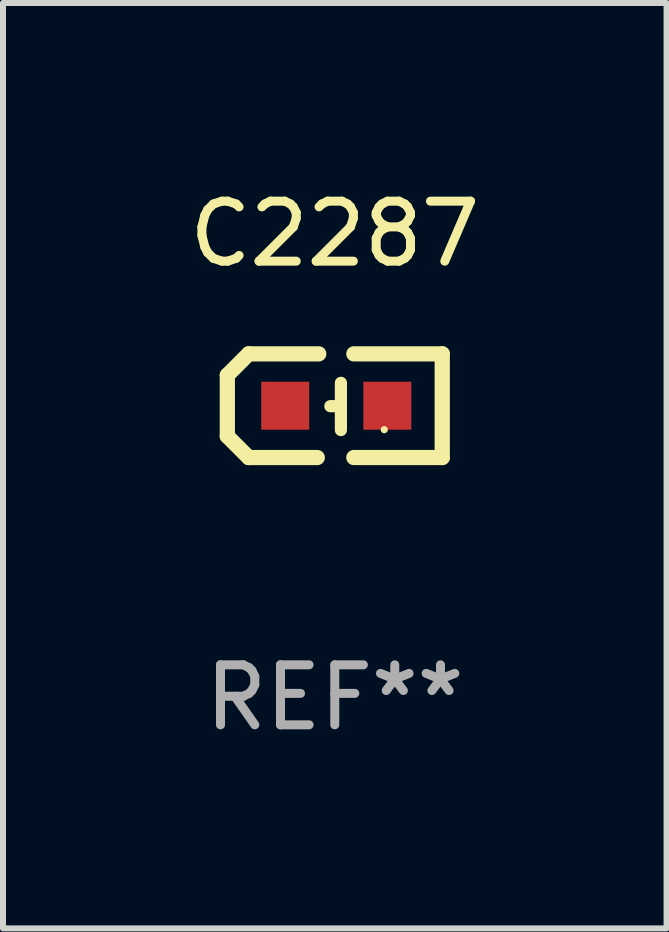
<source format=kicad_pcb>
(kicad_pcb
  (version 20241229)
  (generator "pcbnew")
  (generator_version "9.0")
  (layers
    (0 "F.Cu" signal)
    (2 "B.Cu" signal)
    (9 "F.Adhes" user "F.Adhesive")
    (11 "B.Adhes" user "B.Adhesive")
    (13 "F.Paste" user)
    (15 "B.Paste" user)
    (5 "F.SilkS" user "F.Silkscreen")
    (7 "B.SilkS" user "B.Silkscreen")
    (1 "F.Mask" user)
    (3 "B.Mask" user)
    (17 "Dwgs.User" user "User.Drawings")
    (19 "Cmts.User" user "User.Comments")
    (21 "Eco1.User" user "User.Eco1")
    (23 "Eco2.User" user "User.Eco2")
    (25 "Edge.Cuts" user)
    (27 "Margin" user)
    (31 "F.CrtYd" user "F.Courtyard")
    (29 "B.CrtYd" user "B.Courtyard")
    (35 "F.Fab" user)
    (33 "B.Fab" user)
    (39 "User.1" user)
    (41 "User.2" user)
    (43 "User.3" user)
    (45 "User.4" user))
  (footprint "C2287"
    (layer "F.Cu")
    (at 2.53 3.712)
    (property "Reference" "C2287" (at 0 -2.864 0) (layer "F.SilkS") (effects (font (size 1 1) (thickness 0.15))))
    (attr through_hole)
    (fp_line (start -1.791 -0.508) (end -1.435 -0.864) (stroke (width 0.254) (type solid)) (layer "F.SilkS"))
    (fp_line (start -1.791 0.508) (end -1.791 -0.508) (stroke (width 0.254) (type solid)) (layer "F.SilkS"))
    (fp_line (start -1.435 0.864) (end -1.791 0.508) (stroke (width 0.254) (type solid)) (layer "F.SilkS"))
    (fp_line (start -0.292 0.864) (end -1.435 0.864) (stroke (width 0.254) (type solid)) (layer "F.SilkS"))
    (fp_line (start -0.267 -0.864) (end -1.435 -0.864) (stroke (width 0.254) (type solid)) (layer "F.SilkS"))
    (fp_line (start 0.102 0.008) (end -0.074 0.008) (stroke (width 0.203) (type solid)) (layer "F.SilkS"))
    (fp_line (start 0.102 0.406) (end 0.102 -0.381) (stroke (width 0.203) (type solid)) (layer "F.SilkS"))
    (fp_line (start 1.791 -0.864) (end 0.318 -0.864) (stroke (width 0.254) (type solid)) (layer "F.SilkS"))
    (fp_line (start 1.791 0.864) (end 0.318 0.864) (stroke (width 0.254) (type solid)) (layer "F.SilkS"))
    (fp_line (start 1.791 0.864) (end 1.791 -0.864) (stroke (width 0.254) (type solid)) (layer "F.SilkS"))
    (fp_circle (center 0.825 0.4) (end 0.855 0.4) (stroke (width 0.06) (type solid)) (fill no) (layer "F.SilkS"))
    (fp_text user "REF**" (at 0 4.864 0) (layer "F.Fab") (effects (font (size 1 1) (thickness 0.15))))
    (pad "1" smd rect (at 0.876 0 90) (size 0.8 0.8) (layers "F.Cu" "F.Mask" "F.Paste"))
    (pad "2" smd rect (at -0.826 0 90) (size 0.8 0.8) (layers "F.Cu" "F.Mask" "F.Paste")))
  (gr_rect
    (start -3 -3)
    (end 8.06 12.424)
    (stroke (width 0.1) (type default))
    (fill no)
    (layer "Edge.Cuts")))
</source>
